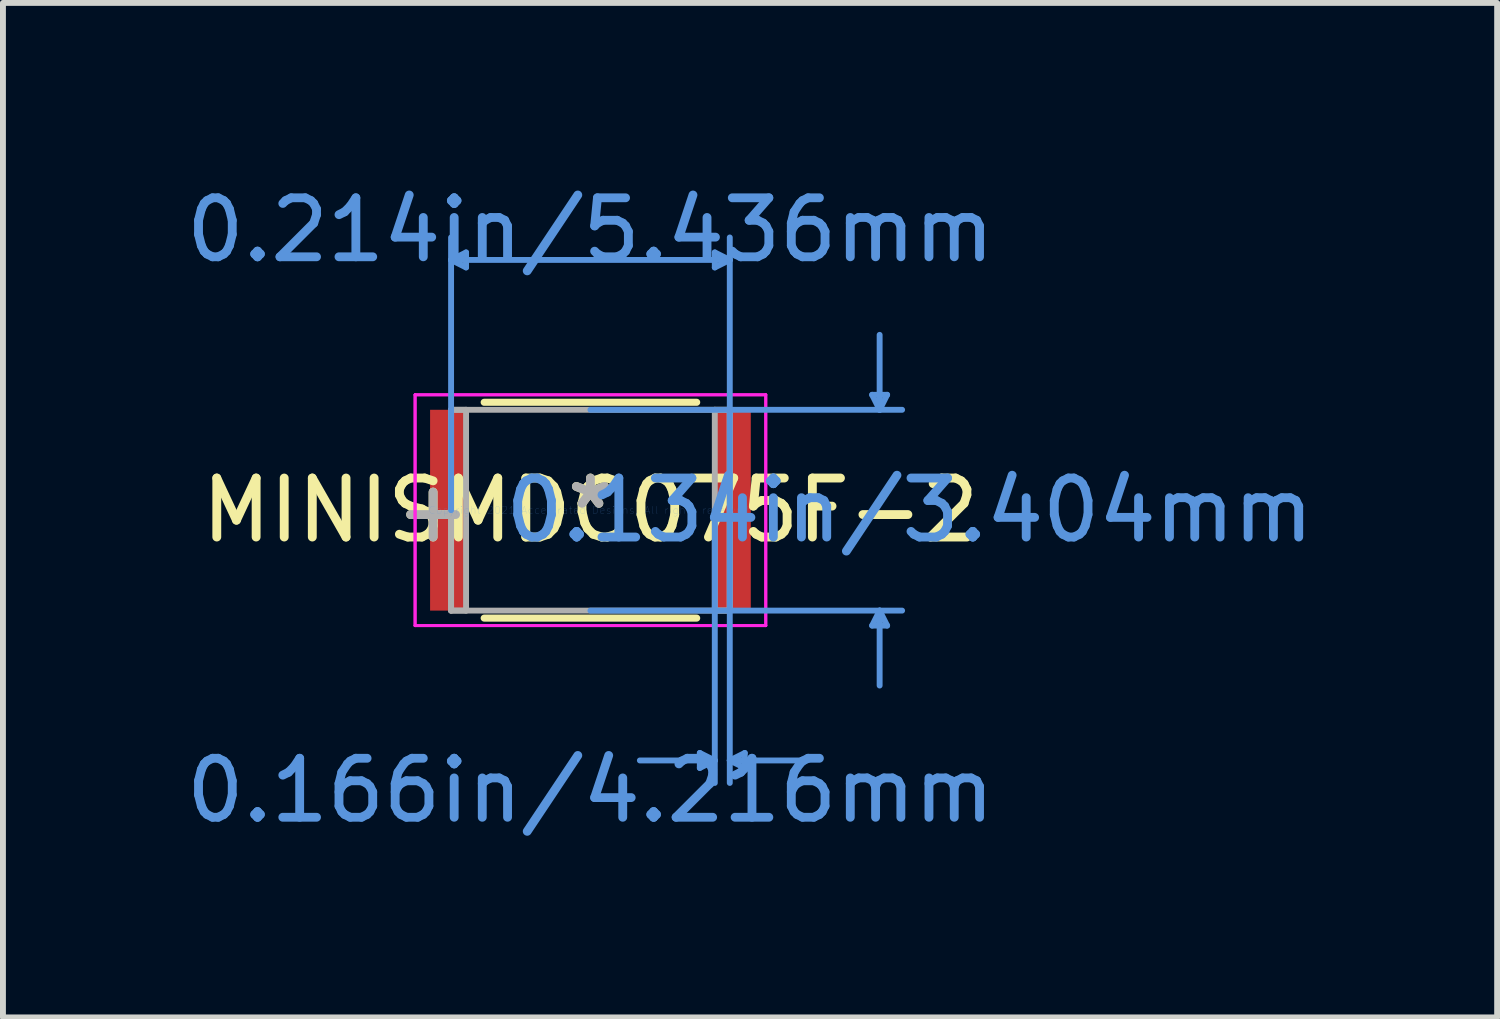
<source format=kicad_pcb>
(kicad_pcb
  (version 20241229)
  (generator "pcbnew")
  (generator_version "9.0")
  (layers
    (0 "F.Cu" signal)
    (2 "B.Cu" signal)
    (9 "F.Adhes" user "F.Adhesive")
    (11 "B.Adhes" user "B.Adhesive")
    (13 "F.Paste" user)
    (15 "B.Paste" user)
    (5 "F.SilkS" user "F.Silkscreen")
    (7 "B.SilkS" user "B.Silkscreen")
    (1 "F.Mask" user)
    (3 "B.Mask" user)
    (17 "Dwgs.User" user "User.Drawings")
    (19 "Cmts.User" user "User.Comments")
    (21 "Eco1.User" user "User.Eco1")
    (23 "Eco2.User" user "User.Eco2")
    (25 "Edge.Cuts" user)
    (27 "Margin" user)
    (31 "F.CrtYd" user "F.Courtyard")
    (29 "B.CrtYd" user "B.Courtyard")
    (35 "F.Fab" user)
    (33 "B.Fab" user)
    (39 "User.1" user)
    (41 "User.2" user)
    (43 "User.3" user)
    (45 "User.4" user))
  (footprint "MINISMDC075F-2"
    (layer "F.Cu")
    (at 6.958 5.598)
    (property "Reference" "MINISMDC075F-2" (at 0 0 0) (layer "F.SilkS") (effects (font (size 1 1) (thickness 0.15))))
    (attr through_hole)
    (fp_line (start -1.801 1.829) (end 1.801 1.829) (stroke (width 0.12) (type solid)) (layer "F.SilkS"))
    (fp_line (start 1.801 -1.829) (end -1.801 -1.829) (stroke (width 0.12) (type solid)) (layer "F.SilkS"))
    (fp_line (start -2.362 -4.242) (end -2.108 -4.369) (stroke (width 0.1) (type solid)) (layer "Cmts.User"))
    (fp_line (start -2.362 -4.242) (end -2.108 -4.115) (stroke (width 0.1) (type solid)) (layer "Cmts.User"))
    (fp_line (start -2.362 -4.242) (end 2.362 -4.242) (stroke (width 0.1) (type solid)) (layer "Cmts.User"))
    (fp_line (start -2.362 0) (end -2.362 -4.623) (stroke (width 0.1) (type solid)) (layer "Cmts.User"))
    (fp_line (start -2.108 -4.369) (end -2.108 -4.115) (stroke (width 0.1) (type solid)) (layer "Cmts.User"))
    (fp_line (start 0 -1.702) (end 5.283 -1.702) (stroke (width 0.1) (type solid)) (layer "Cmts.User"))
    (fp_line (start 0 1.702) (end 5.283 1.702) (stroke (width 0.1) (type solid)) (layer "Cmts.User"))
    (fp_line (start 1.854 4.115) (end 1.854 4.369) (stroke (width 0.1) (type solid)) (layer "Cmts.User"))
    (fp_line (start 2.108 -4.369) (end 2.108 -4.115) (stroke (width 0.1) (type solid)) (layer "Cmts.User"))
    (fp_line (start 2.108 0) (end 2.108 4.623) (stroke (width 0.1) (type solid)) (layer "Cmts.User"))
    (fp_line (start 2.108 4.242) (end 0.838 4.242) (stroke (width 0.1) (type solid)) (layer "Cmts.User"))
    (fp_line (start 2.108 4.242) (end 1.854 4.115) (stroke (width 0.1) (type solid)) (layer "Cmts.User"))
    (fp_line (start 2.108 4.242) (end 1.854 4.369) (stroke (width 0.1) (type solid)) (layer "Cmts.User"))
    (fp_line (start 2.362 -4.242) (end 2.108 -4.369) (stroke (width 0.1) (type solid)) (layer "Cmts.User"))
    (fp_line (start 2.362 -4.242) (end 2.108 -4.115) (stroke (width 0.1) (type solid)) (layer "Cmts.User"))
    (fp_line (start 2.362 0) (end 2.362 -4.623) (stroke (width 0.1) (type solid)) (layer "Cmts.User"))
    (fp_line (start 2.362 0) (end 2.362 4.623) (stroke (width 0.1) (type solid)) (layer "Cmts.User"))
    (fp_line (start 2.362 4.242) (end 2.616 4.115) (stroke (width 0.1) (type solid)) (layer "Cmts.User"))
    (fp_line (start 2.362 4.242) (end 2.616 4.369) (stroke (width 0.1) (type solid)) (layer "Cmts.User"))
    (fp_line (start 2.362 4.242) (end 3.632 4.242) (stroke (width 0.1) (type solid)) (layer "Cmts.User"))
    (fp_line (start 2.616 4.115) (end 2.616 4.369) (stroke (width 0.1) (type solid)) (layer "Cmts.User"))
    (fp_line (start 4.775 -1.956) (end 5.029 -1.956) (stroke (width 0.1) (type solid)) (layer "Cmts.User"))
    (fp_line (start 4.775 1.956) (end 5.029 1.956) (stroke (width 0.1) (type solid)) (layer "Cmts.User"))
    (fp_line (start 4.902 -1.702) (end 4.775 -1.956) (stroke (width 0.1) (type solid)) (layer "Cmts.User"))
    (fp_line (start 4.902 -1.702) (end 4.902 -2.972) (stroke (width 0.1) (type solid)) (layer "Cmts.User"))
    (fp_line (start 4.902 -1.702) (end 5.029 -1.956) (stroke (width 0.1) (type solid)) (layer "Cmts.User"))
    (fp_line (start 4.902 1.702) (end 4.775 1.956) (stroke (width 0.1) (type solid)) (layer "Cmts.User"))
    (fp_line (start 4.902 1.702) (end 4.902 2.972) (stroke (width 0.1) (type solid)) (layer "Cmts.User"))
    (fp_line (start 4.902 1.702) (end 5.029 1.956) (stroke (width 0.1) (type solid)) (layer "Cmts.User"))
    (fp_line (start -2.972 -1.956) (end 2.972 -1.956) (stroke (width 0.05) (type solid)) (layer "F.CrtYd"))
    (fp_line (start -2.972 -1.956) (end 2.972 -1.956) (stroke (width 0.05) (type solid)) (layer "F.CrtYd"))
    (fp_line (start -2.972 1.956) (end -2.972 -1.956) (stroke (width 0.05) (type solid)) (layer "F.CrtYd"))
    (fp_line (start -2.972 1.956) (end -2.972 -1.956) (stroke (width 0.05) (type solid)) (layer "F.CrtYd"))
    (fp_line (start 2.972 -1.956) (end 2.972 1.956) (stroke (width 0.05) (type solid)) (layer "F.CrtYd"))
    (fp_line (start 2.972 -1.956) (end 2.972 1.956) (stroke (width 0.05) (type solid)) (layer "F.CrtYd"))
    (fp_line (start 2.972 1.956) (end -2.972 1.956) (stroke (width 0.05) (type solid)) (layer "F.CrtYd"))
    (fp_line (start 2.972 1.956) (end -2.972 1.956) (stroke (width 0.05) (type solid)) (layer "F.CrtYd"))
    (fp_line (start -2.362 -1.702) (end -2.362 1.702) (stroke (width 0.1) (type solid)) (layer "F.Fab"))
    (fp_line (start -2.362 -1.702) (end -2.362 1.702) (stroke (width 0.1) (type solid)) (layer "F.Fab"))
    (fp_line (start -2.362 1.702) (end -2.108 1.702) (stroke (width 0.1) (type solid)) (layer "F.Fab"))
    (fp_line (start -2.362 1.702) (end 2.362 1.702) (stroke (width 0.1) (type solid)) (layer "F.Fab"))
    (fp_line (start -2.108 -1.702) (end -2.362 -1.702) (stroke (width 0.1) (type solid)) (layer "F.Fab"))
    (fp_line (start -2.108 1.702) (end -2.108 -1.702) (stroke (width 0.1) (type solid)) (layer "F.Fab"))
    (fp_line (start 2.108 -1.702) (end 2.108 1.702) (stroke (width 0.1) (type solid)) (layer "F.Fab"))
    (fp_line (start 2.108 1.702) (end 2.362 1.702) (stroke (width 0.1) (type solid)) (layer "F.Fab"))
    (fp_line (start 2.362 -1.702) (end -2.362 -1.702) (stroke (width 0.1) (type solid)) (layer "F.Fab"))
    (fp_line (start 2.362 -1.702) (end 2.108 -1.702) (stroke (width 0.1) (type solid)) (layer "F.Fab"))
    (fp_line (start 2.362 1.702) (end 2.362 -1.702) (stroke (width 0.1) (type solid)) (layer "F.Fab"))
    (fp_line (start 2.362 1.702) (end 2.362 -1.702) (stroke (width 0.1) (type solid)) (layer "F.Fab"))
    (fp_text user "+" (at -2.667 0 0) (layer "F.SilkS") (effects (font (size 1 1) (thickness 0.15))))
    (fp_text user "*" (at 0 0 0) (layer "F.SilkS") (effects (font (size 1 1) (thickness 0.15))))
    (fp_text user "0.166in/4.216mm" (at 0 4.75 0) (layer "Cmts.User") (effects (font (size 1 1) (thickness 0.15))))
    (fp_text user "Copyright 2021 Accelerated Designs. All rights reserved." (at 0 0 0) (layer "Cmts.User") (effects (font (size 0.127 0.127) (thickness 0.002))))
    (fp_text user "0.134in/3.404mm" (at 5.41 0 0) (layer "Cmts.User") (effects (font (size 1 1) (thickness 0.15))))
    (fp_text user "0.214in/5.436mm" (at 0 -4.75 0) (layer "Cmts.User") (effects (font (size 1 1) (thickness 0.15))))
    (fp_text user "*" (at 0 0 0) (layer "F.Fab") (effects (font (size 1 1) (thickness 0.15))))
    (fp_text user "+" (at -2.667 0 0) (layer "F.Fab") (effects (font (size 1 1) (thickness 0.15))))
    (pad "1" smd rect (at -2.413 0) (size 0.61 3.404) (layers "F.Cu" "F.Mask" "F.Paste"))
    (pad "2" smd rect (at 2.413 0) (size 0.61 3.404) (layers "F.Cu" "F.Mask" "F.Paste")))
  (gr_rect
    (start -3 -3)
    (end 22.327 14.196)
    (stroke (width 0.1) (type default))
    (fill no)
    (layer "Edge.Cuts")))
</source>
